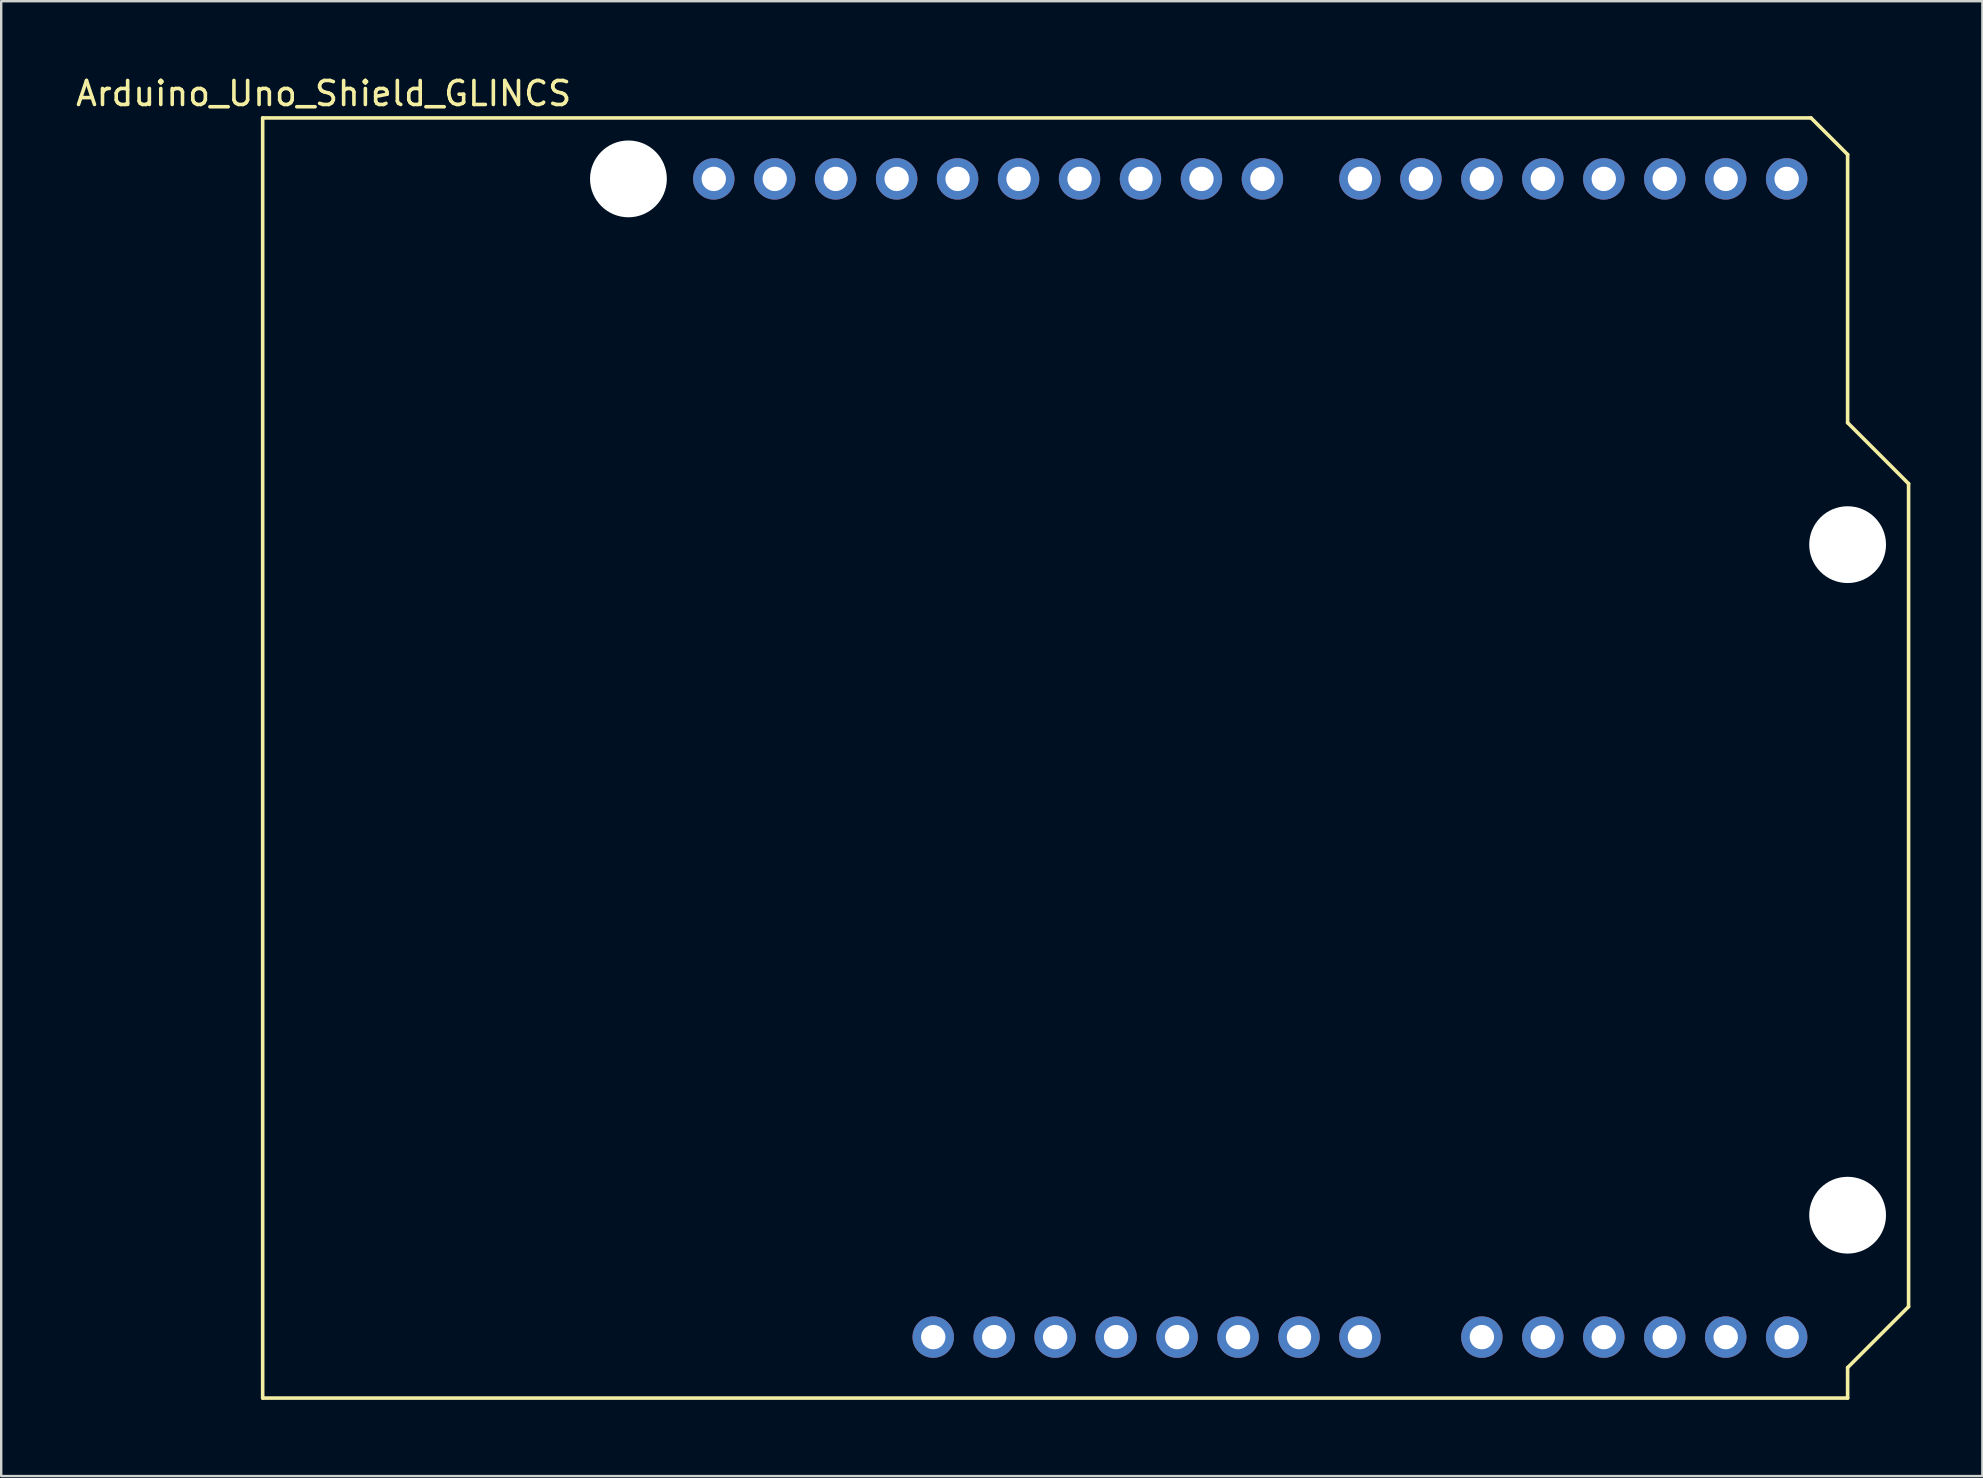
<source format=kicad_pcb>
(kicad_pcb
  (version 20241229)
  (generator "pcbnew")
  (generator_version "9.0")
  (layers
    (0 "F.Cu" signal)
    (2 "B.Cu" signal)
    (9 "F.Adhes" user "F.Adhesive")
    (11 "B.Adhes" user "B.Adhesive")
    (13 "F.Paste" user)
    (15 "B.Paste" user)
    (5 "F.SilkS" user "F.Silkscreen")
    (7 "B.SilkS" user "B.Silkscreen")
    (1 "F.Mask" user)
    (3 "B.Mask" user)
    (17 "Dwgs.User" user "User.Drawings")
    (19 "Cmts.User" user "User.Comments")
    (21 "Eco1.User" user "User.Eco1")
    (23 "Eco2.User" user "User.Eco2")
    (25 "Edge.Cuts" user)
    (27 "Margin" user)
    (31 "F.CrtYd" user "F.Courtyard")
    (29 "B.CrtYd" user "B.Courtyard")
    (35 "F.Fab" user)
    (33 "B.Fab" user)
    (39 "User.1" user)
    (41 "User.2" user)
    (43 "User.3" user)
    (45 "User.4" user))
  (footprint "Arduino_Uno_Shield_GLINCS"
    (layer "F.Cu")
    (at 7.895 55.204)
    (property "Reference" "Arduino_Uno_Shield_GLINCS" (at 2.54 -54.356 0) (layer "F.SilkS") (effects (font (size 1 1) (thickness 0.15))))
    (attr through_hole)
    (fp_line (start 0 -53.34) (end 0 0) (stroke (width 0.15) (type solid)) (layer "F.SilkS"))
    (fp_line (start 0 -53.34) (end 64.516 -53.34) (stroke (width 0.15) (type solid)) (layer "F.SilkS"))
    (fp_line (start 0 0) (end 66.04 0) (stroke (width 0.15) (type solid)) (layer "F.SilkS"))
    (fp_line (start 64.516 -53.34) (end 66.04 -51.816) (stroke (width 0.15) (type solid)) (layer "F.SilkS"))
    (fp_line (start 66.04 -40.64) (end 66.04 -51.816) (stroke (width 0.15) (type solid)) (layer "F.SilkS"))
    (fp_line (start 66.04 -1.27) (end 68.58 -3.81) (stroke (width 0.15) (type solid)) (layer "F.SilkS"))
    (fp_line (start 66.04 0) (end 66.04 -1.27) (stroke (width 0.15) (type solid)) (layer "F.SilkS"))
    (fp_line (start 68.58 -38.1) (end 66.04 -40.64) (stroke (width 0.15) (type solid)) (layer "F.SilkS"))
    (fp_line (start 68.58 -3.81) (end 68.58 -38.1) (stroke (width 0.15) (type solid)) (layer "F.SilkS"))
    (pad "" np_thru_hole circle (at 15.24 -50.8) (size 3.2 3.2) (drill 3.2) (layers "*.Cu" "*.Mask"))
    (pad "" thru_hole oval (at 27.94 -2.54) (size 1.727 1.727) (drill 1.016) (layers "*.Cu" "*.Mask"))
    (pad "" np_thru_hole circle (at 66.04 -35.56) (size 3.2 3.2) (drill 3.2) (layers "*.Cu" "*.Mask"))
    (pad "" np_thru_hole circle (at 66.04 -7.62) (size 3.2 3.2) (drill 3.2) (layers "*.Cu" "*.Mask"))
    (pad "3V3" thru_hole oval (at 35.56 -2.54) (size 1.727 1.727) (drill 1.016) (layers "*.Cu" "*.Mask"))
    (pad "5V1" thru_hole oval (at 38.1 -2.54) (size 1.727 1.727) (drill 1.016) (layers "*.Cu" "*.Mask"))
    (pad "A0" thru_hole oval (at 50.8 -2.54) (size 1.727 1.727) (drill 1.016) (layers "*.Cu" "*.Mask"))
    (pad "A1" thru_hole oval (at 53.34 -2.54) (size 1.727 1.727) (drill 1.016) (layers "*.Cu" "*.Mask"))
    (pad "A2" thru_hole oval (at 55.88 -2.54) (size 1.727 1.727) (drill 1.016) (layers "*.Cu" "*.Mask"))
    (pad "A3" thru_hole oval (at 58.42 -2.54) (size 1.727 1.727) (drill 1.016) (layers "*.Cu" "*.Mask"))
    (pad "A4" thru_hole oval (at 60.96 -2.54) (size 1.727 1.727) (drill 1.016) (layers "*.Cu" "*.Mask"))
    (pad "A5" thru_hole oval (at 63.5 -2.54) (size 1.727 1.727) (drill 1.016) (layers "*.Cu" "*.Mask"))
    (pad "AREF" thru_hole oval (at 23.876 -50.8) (size 1.727 1.727) (drill 1.016) (layers "*.Cu" "*.Mask"))
    (pad "D0" thru_hole oval (at 63.5 -50.8) (size 1.727 1.727) (drill 1.016) (layers "*.Cu" "*.Mask"))
    (pad "D1" thru_hole oval (at 60.96 -50.8) (size 1.727 1.727) (drill 1.016) (layers "*.Cu" "*.Mask"))
    (pad "D2" thru_hole oval (at 58.42 -50.8) (size 1.727 1.727) (drill 1.016) (layers "*.Cu" "*.Mask"))
    (pad "D3" thru_hole oval (at 55.88 -50.8) (size 1.727 1.727) (drill 1.016) (layers "*.Cu" "*.Mask"))
    (pad "D4" thru_hole oval (at 53.34 -50.8) (size 1.727 1.727) (drill 1.016) (layers "*.Cu" "*.Mask"))
    (pad "D5" thru_hole oval (at 50.8 -50.8) (size 1.727 1.727) (drill 1.016) (layers "*.Cu" "*.Mask"))
    (pad "D6" thru_hole oval (at 48.26 -50.8) (size 1.727 1.727) (drill 1.016) (layers "*.Cu" "*.Mask"))
    (pad "D7" thru_hole oval (at 45.72 -50.8) (size 1.727 1.727) (drill 1.016) (layers "*.Cu" "*.Mask"))
    (pad "D8" thru_hole oval (at 41.656 -50.8) (size 1.727 1.727) (drill 1.016) (layers "*.Cu" "*.Mask"))
    (pad "D9" thru_hole oval (at 39.116 -50.8) (size 1.727 1.727) (drill 1.016) (layers "*.Cu" "*.Mask"))
    (pad "D10" thru_hole oval (at 36.576 -50.8) (size 1.727 1.727) (drill 1.016) (layers "*.Cu" "*.Mask"))
    (pad "D11" thru_hole oval (at 34.036 -50.8) (size 1.727 1.727) (drill 1.016) (layers "*.Cu" "*.Mask"))
    (pad "D12" thru_hole oval (at 31.496 -50.8) (size 1.727 1.727) (drill 1.016) (layers "*.Cu" "*.Mask"))
    (pad "D13" thru_hole oval (at 28.956 -50.8) (size 1.727 1.727) (drill 1.016) (layers "*.Cu" "*.Mask"))
    (pad "GND1" thru_hole oval (at 26.416 -50.8) (size 1.727 1.727) (drill 1.016) (layers "*.Cu" "*.Mask"))
    (pad "GND2" thru_hole oval (at 40.64 -2.54) (size 1.727 1.727) (drill 1.016) (layers "*.Cu" "*.Mask"))
    (pad "GND3" thru_hole oval (at 43.18 -2.54) (size 1.727 1.727) (drill 1.016) (layers "*.Cu" "*.Mask"))
    (pad "IORF" thru_hole oval (at 30.48 -2.54) (size 1.727 1.727) (drill 1.016) (layers "*.Cu" "*.Mask"))
    (pad "RST1" thru_hole oval (at 33.02 -2.54) (size 1.727 1.727) (drill 1.016) (layers "*.Cu" "*.Mask"))
    (pad "SCL" thru_hole oval (at 18.796 -50.8) (size 1.727 1.727) (drill 1.016) (layers "*.Cu" "*.Mask"))
    (pad "SDA" thru_hole oval (at 21.336 -50.8) (size 1.727 1.727) (drill 1.016) (layers "*.Cu" "*.Mask"))
    (pad "VIN" thru_hole oval (at 45.72 -2.54) (size 1.727 1.727) (drill 1.016) (layers "*.Cu" "*.Mask")))
  (gr_rect
    (start -3 -3)
    (end 79.55 58.454)
    (stroke (width 0.1) (type default))
    (fill no)
    (layer "Edge.Cuts")))
</source>
